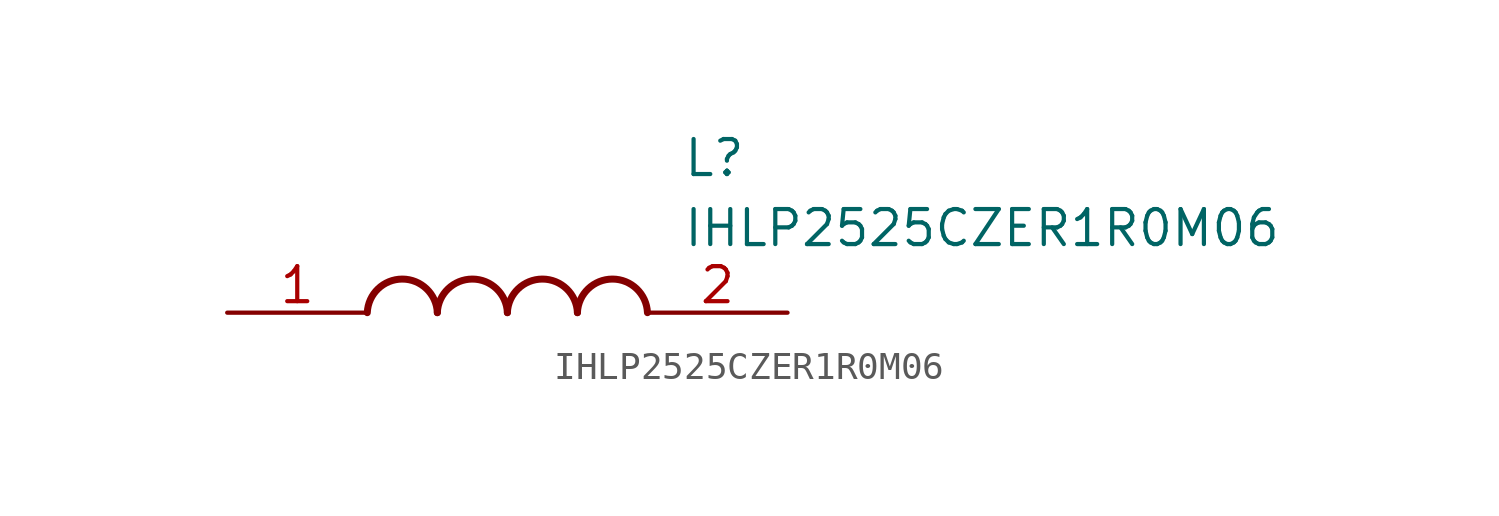
<source format=kicad_sym>
(kicad_symbol_lib
  (version 20211014)
  (generator SamacSys_ECAD_Model)
  (symbol "IHLP2525CZER1R0M06"
    (pin_names hide)
    (property "Reference" "L"
      (at 16.51 6.35 0)
      (effects (font (size 1.27 1.27)) (justify left top)))
    (property "Value" "IHLP2525CZER1R0M06"
      (at 16.51 3.81 0)
      (effects (font (size 1.27 1.27)) (justify left top)))
    (arc
      (start 7.62 0)
      (mid 6.35 1.219)
      (end 5.08 0)
      (stroke (width 0.254) (type default))
      (fill (type none)))
    (arc
      (start 10.16 0)
      (mid 8.89 1.219)
      (end 7.62 0)
      (stroke (width 0.254) (type default))
      (fill (type none)))
    (arc
      (start 12.7 0)
      (mid 11.43 1.219)
      (end 10.16 0)
      (stroke (width 0.254) (type default))
      (fill (type none)))
    (arc
      (start 15.24 0)
      (mid 13.97 1.219)
      (end 12.7 0)
      (stroke (width 0.254) (type default))
      (fill (type none)))
    (pin passive line
      (at 0 0 0)
      (length 5.08)
      (name "1" (effects (font (size 1.27 1.27))))
      (number "1" (effects (font (size 1.27 1.27)))))
    (pin passive line
      (at 20.32 0 180)
      (length 5.08)
      (name "2" (effects (font (size 1.27 1.27))))
      (number "2" (effects (font (size 1.27 1.27)))))))
</source>
